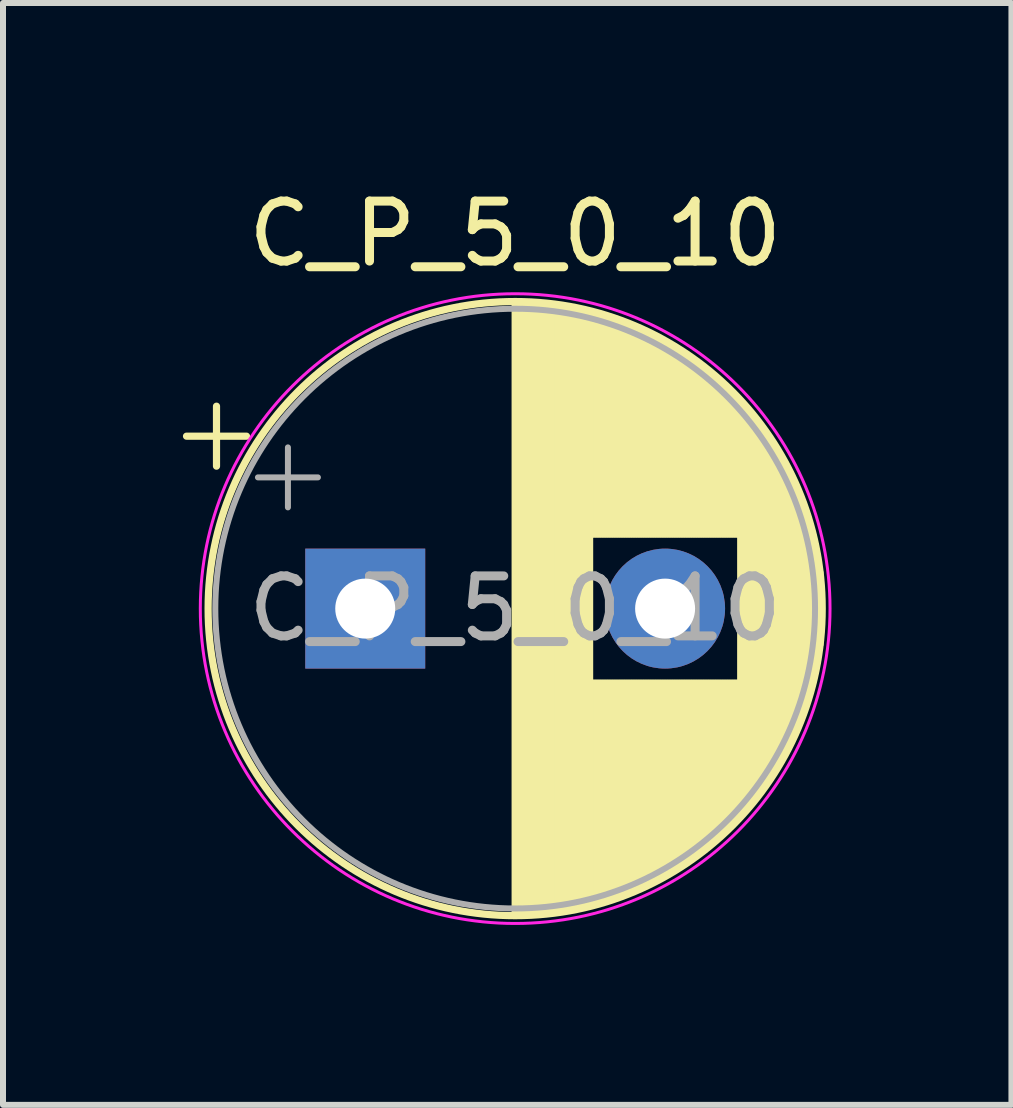
<source format=kicad_pcb>
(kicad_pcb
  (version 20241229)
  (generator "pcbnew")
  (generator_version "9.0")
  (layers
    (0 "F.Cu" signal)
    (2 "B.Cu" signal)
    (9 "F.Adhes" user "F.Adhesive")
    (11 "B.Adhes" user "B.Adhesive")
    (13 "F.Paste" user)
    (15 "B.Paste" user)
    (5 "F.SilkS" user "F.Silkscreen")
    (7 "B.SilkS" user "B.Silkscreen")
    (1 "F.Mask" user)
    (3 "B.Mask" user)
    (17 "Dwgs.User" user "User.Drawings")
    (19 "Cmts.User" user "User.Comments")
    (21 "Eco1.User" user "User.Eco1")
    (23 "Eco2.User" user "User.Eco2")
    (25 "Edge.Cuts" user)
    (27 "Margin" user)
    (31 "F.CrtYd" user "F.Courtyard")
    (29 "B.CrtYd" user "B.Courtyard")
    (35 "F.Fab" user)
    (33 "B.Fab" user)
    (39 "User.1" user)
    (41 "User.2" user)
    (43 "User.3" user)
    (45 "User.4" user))
  (footprint "C_P_5_0_10"
    (layer "F.Cu")
    (at 3.04 7.098)
    (property "Reference" "C_P_5_0_10" (at 2.5 -6.25 0) (layer "F.SilkS") (effects (font (size 1 1) (thickness 0.15))))
    (attr through_hole)
    (fp_line (start -2.98 -2.875) (end -1.98 -2.875) (stroke (width 0.12) (type solid)) (layer "F.SilkS"))
    (fp_line (start -2.48 -3.375) (end -2.48 -2.375) (stroke (width 0.12) (type solid)) (layer "F.SilkS"))
    (fp_line (start 2.5 -5.08) (end 2.5 5.08) (stroke (width 0.12) (type solid)) (layer "F.SilkS"))
    (fp_line (start 2.54 -5.08) (end 2.54 5.08) (stroke (width 0.12) (type solid)) (layer "F.SilkS"))
    (fp_line (start 2.58 -5.08) (end 2.58 5.08) (stroke (width 0.12) (type solid)) (layer "F.SilkS"))
    (fp_line (start 2.62 -5.079) (end 2.62 5.079) (stroke (width 0.12) (type solid)) (layer "F.SilkS"))
    (fp_line (start 2.66 -5.078) (end 2.66 5.078) (stroke (width 0.12) (type solid)) (layer "F.SilkS"))
    (fp_line (start 2.7 -5.077) (end 2.7 5.077) (stroke (width 0.12) (type solid)) (layer "F.SilkS"))
    (fp_line (start 2.74 -5.075) (end 2.74 5.075) (stroke (width 0.12) (type solid)) (layer "F.SilkS"))
    (fp_line (start 2.78 -5.073) (end 2.78 5.073) (stroke (width 0.12) (type solid)) (layer "F.SilkS"))
    (fp_line (start 2.82 -5.07) (end 2.82 5.07) (stroke (width 0.12) (type solid)) (layer "F.SilkS"))
    (fp_line (start 2.86 -5.068) (end 2.86 5.068) (stroke (width 0.12) (type solid)) (layer "F.SilkS"))
    (fp_line (start 2.9 -5.065) (end 2.9 5.065) (stroke (width 0.12) (type solid)) (layer "F.SilkS"))
    (fp_line (start 2.94 -5.062) (end 2.94 5.062) (stroke (width 0.12) (type solid)) (layer "F.SilkS"))
    (fp_line (start 2.98 -5.058) (end 2.98 5.058) (stroke (width 0.12) (type solid)) (layer "F.SilkS"))
    (fp_line (start 3.02 -5.054) (end 3.02 5.054) (stroke (width 0.12) (type solid)) (layer "F.SilkS"))
    (fp_line (start 3.06 -5.05) (end 3.06 5.05) (stroke (width 0.12) (type solid)) (layer "F.SilkS"))
    (fp_line (start 3.1 -5.045) (end 3.1 5.045) (stroke (width 0.12) (type solid)) (layer "F.SilkS"))
    (fp_line (start 3.14 -5.04) (end 3.14 5.04) (stroke (width 0.12) (type solid)) (layer "F.SilkS"))
    (fp_line (start 3.18 -5.035) (end 3.18 5.035) (stroke (width 0.12) (type solid)) (layer "F.SilkS"))
    (fp_line (start 3.221 -5.03) (end 3.221 5.03) (stroke (width 0.12) (type solid)) (layer "F.SilkS"))
    (fp_line (start 3.261 -5.024) (end 3.261 5.024) (stroke (width 0.12) (type solid)) (layer "F.SilkS"))
    (fp_line (start 3.301 -5.018) (end 3.301 5.018) (stroke (width 0.12) (type solid)) (layer "F.SilkS"))
    (fp_line (start 3.341 -5.011) (end 3.341 5.011) (stroke (width 0.12) (type solid)) (layer "F.SilkS"))
    (fp_line (start 3.381 -5.004) (end 3.381 5.004) (stroke (width 0.12) (type solid)) (layer "F.SilkS"))
    (fp_line (start 3.421 -4.997) (end 3.421 4.997) (stroke (width 0.12) (type solid)) (layer "F.SilkS"))
    (fp_line (start 3.461 -4.99) (end 3.461 4.99) (stroke (width 0.12) (type solid)) (layer "F.SilkS"))
    (fp_line (start 3.501 -4.982) (end 3.501 4.982) (stroke (width 0.12) (type solid)) (layer "F.SilkS"))
    (fp_line (start 3.541 -4.974) (end 3.541 4.974) (stroke (width 0.12) (type solid)) (layer "F.SilkS"))
    (fp_line (start 3.581 -4.965) (end 3.581 4.965) (stroke (width 0.12) (type solid)) (layer "F.SilkS"))
    (fp_line (start 3.621 -4.956) (end 3.621 4.956) (stroke (width 0.12) (type solid)) (layer "F.SilkS"))
    (fp_line (start 3.661 -4.947) (end 3.661 4.947) (stroke (width 0.12) (type solid)) (layer "F.SilkS"))
    (fp_line (start 3.701 -4.938) (end 3.701 4.938) (stroke (width 0.12) (type solid)) (layer "F.SilkS"))
    (fp_line (start 3.741 -4.928) (end 3.741 4.928) (stroke (width 0.12) (type solid)) (layer "F.SilkS"))
    (fp_line (start 3.781 -4.918) (end 3.781 -1.241) (stroke (width 0.12) (type solid)) (layer "F.SilkS"))
    (fp_line (start 3.781 1.241) (end 3.781 4.918) (stroke (width 0.12) (type solid)) (layer "F.SilkS"))
    (fp_line (start 3.821 -4.907) (end 3.821 -1.241) (stroke (width 0.12) (type solid)) (layer "F.SilkS"))
    (fp_line (start 3.821 1.241) (end 3.821 4.907) (stroke (width 0.12) (type solid)) (layer "F.SilkS"))
    (fp_line (start 3.861 -4.897) (end 3.861 -1.241) (stroke (width 0.12) (type solid)) (layer "F.SilkS"))
    (fp_line (start 3.861 1.241) (end 3.861 4.897) (stroke (width 0.12) (type solid)) (layer "F.SilkS"))
    (fp_line (start 3.901 -4.885) (end 3.901 -1.241) (stroke (width 0.12) (type solid)) (layer "F.SilkS"))
    (fp_line (start 3.901 1.241) (end 3.901 4.885) (stroke (width 0.12) (type solid)) (layer "F.SilkS"))
    (fp_line (start 3.941 -4.874) (end 3.941 -1.241) (stroke (width 0.12) (type solid)) (layer "F.SilkS"))
    (fp_line (start 3.941 1.241) (end 3.941 4.874) (stroke (width 0.12) (type solid)) (layer "F.SilkS"))
    (fp_line (start 3.981 -4.862) (end 3.981 -1.241) (stroke (width 0.12) (type solid)) (layer "F.SilkS"))
    (fp_line (start 3.981 1.241) (end 3.981 4.862) (stroke (width 0.12) (type solid)) (layer "F.SilkS"))
    (fp_line (start 4.021 -4.85) (end 4.021 -1.241) (stroke (width 0.12) (type solid)) (layer "F.SilkS"))
    (fp_line (start 4.021 1.241) (end 4.021 4.85) (stroke (width 0.12) (type solid)) (layer "F.SilkS"))
    (fp_line (start 4.061 -4.837) (end 4.061 -1.241) (stroke (width 0.12) (type solid)) (layer "F.SilkS"))
    (fp_line (start 4.061 1.241) (end 4.061 4.837) (stroke (width 0.12) (type solid)) (layer "F.SilkS"))
    (fp_line (start 4.101 -4.824) (end 4.101 -1.241) (stroke (width 0.12) (type solid)) (layer "F.SilkS"))
    (fp_line (start 4.101 1.241) (end 4.101 4.824) (stroke (width 0.12) (type solid)) (layer "F.SilkS"))
    (fp_line (start 4.141 -4.811) (end 4.141 -1.241) (stroke (width 0.12) (type solid)) (layer "F.SilkS"))
    (fp_line (start 4.141 1.241) (end 4.141 4.811) (stroke (width 0.12) (type solid)) (layer "F.SilkS"))
    (fp_line (start 4.181 -4.797) (end 4.181 -1.241) (stroke (width 0.12) (type solid)) (layer "F.SilkS"))
    (fp_line (start 4.181 1.241) (end 4.181 4.797) (stroke (width 0.12) (type solid)) (layer "F.SilkS"))
    (fp_line (start 4.221 -4.783) (end 4.221 -1.241) (stroke (width 0.12) (type solid)) (layer "F.SilkS"))
    (fp_line (start 4.221 1.241) (end 4.221 4.783) (stroke (width 0.12) (type solid)) (layer "F.SilkS"))
    (fp_line (start 4.261 -4.768) (end 4.261 -1.241) (stroke (width 0.12) (type solid)) (layer "F.SilkS"))
    (fp_line (start 4.261 1.241) (end 4.261 4.768) (stroke (width 0.12) (type solid)) (layer "F.SilkS"))
    (fp_line (start 4.301 -4.754) (end 4.301 -1.241) (stroke (width 0.12) (type solid)) (layer "F.SilkS"))
    (fp_line (start 4.301 1.241) (end 4.301 4.754) (stroke (width 0.12) (type solid)) (layer "F.SilkS"))
    (fp_line (start 4.341 -4.738) (end 4.341 -1.241) (stroke (width 0.12) (type solid)) (layer "F.SilkS"))
    (fp_line (start 4.341 1.241) (end 4.341 4.738) (stroke (width 0.12) (type solid)) (layer "F.SilkS"))
    (fp_line (start 4.381 -4.723) (end 4.381 -1.241) (stroke (width 0.12) (type solid)) (layer "F.SilkS"))
    (fp_line (start 4.381 1.241) (end 4.381 4.723) (stroke (width 0.12) (type solid)) (layer "F.SilkS"))
    (fp_line (start 4.421 -4.707) (end 4.421 -1.241) (stroke (width 0.12) (type solid)) (layer "F.SilkS"))
    (fp_line (start 4.421 1.241) (end 4.421 4.707) (stroke (width 0.12) (type solid)) (layer "F.SilkS"))
    (fp_line (start 4.461 -4.69) (end 4.461 -1.241) (stroke (width 0.12) (type solid)) (layer "F.SilkS"))
    (fp_line (start 4.461 1.241) (end 4.461 4.69) (stroke (width 0.12) (type solid)) (layer "F.SilkS"))
    (fp_line (start 4.501 -4.674) (end 4.501 -1.241) (stroke (width 0.12) (type solid)) (layer "F.SilkS"))
    (fp_line (start 4.501 1.241) (end 4.501 4.674) (stroke (width 0.12) (type solid)) (layer "F.SilkS"))
    (fp_line (start 4.541 -4.657) (end 4.541 -1.241) (stroke (width 0.12) (type solid)) (layer "F.SilkS"))
    (fp_line (start 4.541 1.241) (end 4.541 4.657) (stroke (width 0.12) (type solid)) (layer "F.SilkS"))
    (fp_line (start 4.581 -4.639) (end 4.581 -1.241) (stroke (width 0.12) (type solid)) (layer "F.SilkS"))
    (fp_line (start 4.581 1.241) (end 4.581 4.639) (stroke (width 0.12) (type solid)) (layer "F.SilkS"))
    (fp_line (start 4.621 -4.621) (end 4.621 -1.241) (stroke (width 0.12) (type solid)) (layer "F.SilkS"))
    (fp_line (start 4.621 1.241) (end 4.621 4.621) (stroke (width 0.12) (type solid)) (layer "F.SilkS"))
    (fp_line (start 4.661 -4.603) (end 4.661 -1.241) (stroke (width 0.12) (type solid)) (layer "F.SilkS"))
    (fp_line (start 4.661 1.241) (end 4.661 4.603) (stroke (width 0.12) (type solid)) (layer "F.SilkS"))
    (fp_line (start 4.701 -4.584) (end 4.701 -1.241) (stroke (width 0.12) (type solid)) (layer "F.SilkS"))
    (fp_line (start 4.701 1.241) (end 4.701 4.584) (stroke (width 0.12) (type solid)) (layer "F.SilkS"))
    (fp_line (start 4.741 -4.564) (end 4.741 -1.241) (stroke (width 0.12) (type solid)) (layer "F.SilkS"))
    (fp_line (start 4.741 1.241) (end 4.741 4.564) (stroke (width 0.12) (type solid)) (layer "F.SilkS"))
    (fp_line (start 4.781 -4.545) (end 4.781 -1.241) (stroke (width 0.12) (type solid)) (layer "F.SilkS"))
    (fp_line (start 4.781 1.241) (end 4.781 4.545) (stroke (width 0.12) (type solid)) (layer "F.SilkS"))
    (fp_line (start 4.821 -4.525) (end 4.821 -1.241) (stroke (width 0.12) (type solid)) (layer "F.SilkS"))
    (fp_line (start 4.821 1.241) (end 4.821 4.525) (stroke (width 0.12) (type solid)) (layer "F.SilkS"))
    (fp_line (start 4.861 -4.504) (end 4.861 -1.241) (stroke (width 0.12) (type solid)) (layer "F.SilkS"))
    (fp_line (start 4.861 1.241) (end 4.861 4.504) (stroke (width 0.12) (type solid)) (layer "F.SilkS"))
    (fp_line (start 4.901 -4.483) (end 4.901 -1.241) (stroke (width 0.12) (type solid)) (layer "F.SilkS"))
    (fp_line (start 4.901 1.241) (end 4.901 4.483) (stroke (width 0.12) (type solid)) (layer "F.SilkS"))
    (fp_line (start 4.941 -4.462) (end 4.941 -1.241) (stroke (width 0.12) (type solid)) (layer "F.SilkS"))
    (fp_line (start 4.941 1.241) (end 4.941 4.462) (stroke (width 0.12) (type solid)) (layer "F.SilkS"))
    (fp_line (start 4.981 -4.44) (end 4.981 -1.241) (stroke (width 0.12) (type solid)) (layer "F.SilkS"))
    (fp_line (start 4.981 1.241) (end 4.981 4.44) (stroke (width 0.12) (type solid)) (layer "F.SilkS"))
    (fp_line (start 5.021 -4.417) (end 5.021 -1.241) (stroke (width 0.12) (type solid)) (layer "F.SilkS"))
    (fp_line (start 5.021 1.241) (end 5.021 4.417) (stroke (width 0.12) (type solid)) (layer "F.SilkS"))
    (fp_line (start 5.061 -4.395) (end 5.061 -1.241) (stroke (width 0.12) (type solid)) (layer "F.SilkS"))
    (fp_line (start 5.061 1.241) (end 5.061 4.395) (stroke (width 0.12) (type solid)) (layer "F.SilkS"))
    (fp_line (start 5.101 -4.371) (end 5.101 -1.241) (stroke (width 0.12) (type solid)) (layer "F.SilkS"))
    (fp_line (start 5.101 1.241) (end 5.101 4.371) (stroke (width 0.12) (type solid)) (layer "F.SilkS"))
    (fp_line (start 5.141 -4.347) (end 5.141 -1.241) (stroke (width 0.12) (type solid)) (layer "F.SilkS"))
    (fp_line (start 5.141 1.241) (end 5.141 4.347) (stroke (width 0.12) (type solid)) (layer "F.SilkS"))
    (fp_line (start 5.181 -4.323) (end 5.181 -1.241) (stroke (width 0.12) (type solid)) (layer "F.SilkS"))
    (fp_line (start 5.181 1.241) (end 5.181 4.323) (stroke (width 0.12) (type solid)) (layer "F.SilkS"))
    (fp_line (start 5.221 -4.298) (end 5.221 -1.241) (stroke (width 0.12) (type solid)) (layer "F.SilkS"))
    (fp_line (start 5.221 1.241) (end 5.221 4.298) (stroke (width 0.12) (type solid)) (layer "F.SilkS"))
    (fp_line (start 5.261 -4.273) (end 5.261 -1.241) (stroke (width 0.12) (type solid)) (layer "F.SilkS"))
    (fp_line (start 5.261 1.241) (end 5.261 4.273) (stroke (width 0.12) (type solid)) (layer "F.SilkS"))
    (fp_line (start 5.301 -4.247) (end 5.301 -1.241) (stroke (width 0.12) (type solid)) (layer "F.SilkS"))
    (fp_line (start 5.301 1.241) (end 5.301 4.247) (stroke (width 0.12) (type solid)) (layer "F.SilkS"))
    (fp_line (start 5.341 -4.221) (end 5.341 -1.241) (stroke (width 0.12) (type solid)) (layer "F.SilkS"))
    (fp_line (start 5.341 1.241) (end 5.341 4.221) (stroke (width 0.12) (type solid)) (layer "F.SilkS"))
    (fp_line (start 5.381 -4.194) (end 5.381 -1.241) (stroke (width 0.12) (type solid)) (layer "F.SilkS"))
    (fp_line (start 5.381 1.241) (end 5.381 4.194) (stroke (width 0.12) (type solid)) (layer "F.SilkS"))
    (fp_line (start 5.421 -4.166) (end 5.421 -1.241) (stroke (width 0.12) (type solid)) (layer "F.SilkS"))
    (fp_line (start 5.421 1.241) (end 5.421 4.166) (stroke (width 0.12) (type solid)) (layer "F.SilkS"))
    (fp_line (start 5.461 -4.138) (end 5.461 -1.241) (stroke (width 0.12) (type solid)) (layer "F.SilkS"))
    (fp_line (start 5.461 1.241) (end 5.461 4.138) (stroke (width 0.12) (type solid)) (layer "F.SilkS"))
    (fp_line (start 5.501 -4.11) (end 5.501 -1.241) (stroke (width 0.12) (type solid)) (layer "F.SilkS"))
    (fp_line (start 5.501 1.241) (end 5.501 4.11) (stroke (width 0.12) (type solid)) (layer "F.SilkS"))
    (fp_line (start 5.541 -4.08) (end 5.541 -1.241) (stroke (width 0.12) (type solid)) (layer "F.SilkS"))
    (fp_line (start 5.541 1.241) (end 5.541 4.08) (stroke (width 0.12) (type solid)) (layer "F.SilkS"))
    (fp_line (start 5.581 -4.05) (end 5.581 -1.241) (stroke (width 0.12) (type solid)) (layer "F.SilkS"))
    (fp_line (start 5.581 1.241) (end 5.581 4.05) (stroke (width 0.12) (type solid)) (layer "F.SilkS"))
    (fp_line (start 5.621 -4.02) (end 5.621 -1.241) (stroke (width 0.12) (type solid)) (layer "F.SilkS"))
    (fp_line (start 5.621 1.241) (end 5.621 4.02) (stroke (width 0.12) (type solid)) (layer "F.SilkS"))
    (fp_line (start 5.661 -3.989) (end 5.661 -1.241) (stroke (width 0.12) (type solid)) (layer "F.SilkS"))
    (fp_line (start 5.661 1.241) (end 5.661 3.989) (stroke (width 0.12) (type solid)) (layer "F.SilkS"))
    (fp_line (start 5.701 -3.957) (end 5.701 -1.241) (stroke (width 0.12) (type solid)) (layer "F.SilkS"))
    (fp_line (start 5.701 1.241) (end 5.701 3.957) (stroke (width 0.12) (type solid)) (layer "F.SilkS"))
    (fp_line (start 5.741 -3.925) (end 5.741 -1.241) (stroke (width 0.12) (type solid)) (layer "F.SilkS"))
    (fp_line (start 5.741 1.241) (end 5.741 3.925) (stroke (width 0.12) (type solid)) (layer "F.SilkS"))
    (fp_line (start 5.781 -3.892) (end 5.781 -1.241) (stroke (width 0.12) (type solid)) (layer "F.SilkS"))
    (fp_line (start 5.781 1.241) (end 5.781 3.892) (stroke (width 0.12) (type solid)) (layer "F.SilkS"))
    (fp_line (start 5.821 -3.858) (end 5.821 -1.241) (stroke (width 0.12) (type solid)) (layer "F.SilkS"))
    (fp_line (start 5.821 1.241) (end 5.821 3.858) (stroke (width 0.12) (type solid)) (layer "F.SilkS"))
    (fp_line (start 5.861 -3.824) (end 5.861 -1.241) (stroke (width 0.12) (type solid)) (layer "F.SilkS"))
    (fp_line (start 5.861 1.241) (end 5.861 3.824) (stroke (width 0.12) (type solid)) (layer "F.SilkS"))
    (fp_line (start 5.901 -3.789) (end 5.901 -1.241) (stroke (width 0.12) (type solid)) (layer "F.SilkS"))
    (fp_line (start 5.901 1.241) (end 5.901 3.789) (stroke (width 0.12) (type solid)) (layer "F.SilkS"))
    (fp_line (start 5.941 -3.753) (end 5.941 -1.241) (stroke (width 0.12) (type solid)) (layer "F.SilkS"))
    (fp_line (start 5.941 1.241) (end 5.941 3.753) (stroke (width 0.12) (type solid)) (layer "F.SilkS"))
    (fp_line (start 5.981 -3.716) (end 5.981 -1.241) (stroke (width 0.12) (type solid)) (layer "F.SilkS"))
    (fp_line (start 5.981 1.241) (end 5.981 3.716) (stroke (width 0.12) (type solid)) (layer "F.SilkS"))
    (fp_line (start 6.021 -3.679) (end 6.021 -1.241) (stroke (width 0.12) (type solid)) (layer "F.SilkS"))
    (fp_line (start 6.021 1.241) (end 6.021 3.679) (stroke (width 0.12) (type solid)) (layer "F.SilkS"))
    (fp_line (start 6.061 -3.64) (end 6.061 -1.241) (stroke (width 0.12) (type solid)) (layer "F.SilkS"))
    (fp_line (start 6.061 1.241) (end 6.061 3.64) (stroke (width 0.12) (type solid)) (layer "F.SilkS"))
    (fp_line (start 6.101 -3.601) (end 6.101 -1.241) (stroke (width 0.12) (type solid)) (layer "F.SilkS"))
    (fp_line (start 6.101 1.241) (end 6.101 3.601) (stroke (width 0.12) (type solid)) (layer "F.SilkS"))
    (fp_line (start 6.141 -3.561) (end 6.141 -1.241) (stroke (width 0.12) (type solid)) (layer "F.SilkS"))
    (fp_line (start 6.141 1.241) (end 6.141 3.561) (stroke (width 0.12) (type solid)) (layer "F.SilkS"))
    (fp_line (start 6.181 -3.52) (end 6.181 -1.241) (stroke (width 0.12) (type solid)) (layer "F.SilkS"))
    (fp_line (start 6.181 1.241) (end 6.181 3.52) (stroke (width 0.12) (type solid)) (layer "F.SilkS"))
    (fp_line (start 6.221 -3.478) (end 6.221 -1.241) (stroke (width 0.12) (type solid)) (layer "F.SilkS"))
    (fp_line (start 6.221 1.241) (end 6.221 3.478) (stroke (width 0.12) (type solid)) (layer "F.SilkS"))
    (fp_line (start 6.261 -3.436) (end 6.261 3.436) (stroke (width 0.12) (type solid)) (layer "F.SilkS"))
    (fp_line (start 6.301 -3.392) (end 6.301 3.392) (stroke (width 0.12) (type solid)) (layer "F.SilkS"))
    (fp_line (start 6.341 -3.347) (end 6.341 3.347) (stroke (width 0.12) (type solid)) (layer "F.SilkS"))
    (fp_line (start 6.381 -3.301) (end 6.381 3.301) (stroke (width 0.12) (type solid)) (layer "F.SilkS"))
    (fp_line (start 6.421 -3.254) (end 6.421 3.254) (stroke (width 0.12) (type solid)) (layer "F.SilkS"))
    (fp_line (start 6.461 -3.206) (end 6.461 3.206) (stroke (width 0.12) (type solid)) (layer "F.SilkS"))
    (fp_line (start 6.501 -3.156) (end 6.501 3.156) (stroke (width 0.12) (type solid)) (layer "F.SilkS"))
    (fp_line (start 6.541 -3.106) (end 6.541 3.106) (stroke (width 0.12) (type solid)) (layer "F.SilkS"))
    (fp_line (start 6.581 -3.054) (end 6.581 3.054) (stroke (width 0.12) (type solid)) (layer "F.SilkS"))
    (fp_line (start 6.621 -3) (end 6.621 3) (stroke (width 0.12) (type solid)) (layer "F.SilkS"))
    (fp_line (start 6.661 -2.945) (end 6.661 2.945) (stroke (width 0.12) (type solid)) (layer "F.SilkS"))
    (fp_line (start 6.701 -2.889) (end 6.701 2.889) (stroke (width 0.12) (type solid)) (layer "F.SilkS"))
    (fp_line (start 6.741 -2.83) (end 6.741 2.83) (stroke (width 0.12) (type solid)) (layer "F.SilkS"))
    (fp_line (start 6.781 -2.77) (end 6.781 2.77) (stroke (width 0.12) (type solid)) (layer "F.SilkS"))
    (fp_line (start 6.821 -2.709) (end 6.821 2.709) (stroke (width 0.12) (type solid)) (layer "F.SilkS"))
    (fp_line (start 6.861 -2.645) (end 6.861 2.645) (stroke (width 0.12) (type solid)) (layer "F.SilkS"))
    (fp_line (start 6.901 -2.579) (end 6.901 2.579) (stroke (width 0.12) (type solid)) (layer "F.SilkS"))
    (fp_line (start 6.941 -2.51) (end 6.941 2.51) (stroke (width 0.12) (type solid)) (layer "F.SilkS"))
    (fp_line (start 6.981 -2.439) (end 6.981 2.439) (stroke (width 0.12) (type solid)) (layer "F.SilkS"))
    (fp_line (start 7.021 -2.365) (end 7.021 2.365) (stroke (width 0.12) (type solid)) (layer "F.SilkS"))
    (fp_line (start 7.061 -2.289) (end 7.061 2.289) (stroke (width 0.12) (type solid)) (layer "F.SilkS"))
    (fp_line (start 7.101 -2.209) (end 7.101 2.209) (stroke (width 0.12) (type solid)) (layer "F.SilkS"))
    (fp_line (start 7.141 -2.125) (end 7.141 2.125) (stroke (width 0.12) (type solid)) (layer "F.SilkS"))
    (fp_line (start 7.181 -2.037) (end 7.181 2.037) (stroke (width 0.12) (type solid)) (layer "F.SilkS"))
    (fp_line (start 7.221 -1.944) (end 7.221 1.944) (stroke (width 0.12) (type solid)) (layer "F.SilkS"))
    (fp_line (start 7.261 -1.846) (end 7.261 1.846) (stroke (width 0.12) (type solid)) (layer "F.SilkS"))
    (fp_line (start 7.301 -1.742) (end 7.301 1.742) (stroke (width 0.12) (type solid)) (layer "F.SilkS"))
    (fp_line (start 7.341 -1.63) (end 7.341 1.63) (stroke (width 0.12) (type solid)) (layer "F.SilkS"))
    (fp_line (start 7.381 -1.51) (end 7.381 1.51) (stroke (width 0.12) (type solid)) (layer "F.SilkS"))
    (fp_line (start 7.421 -1.378) (end 7.421 1.378) (stroke (width 0.12) (type solid)) (layer "F.SilkS"))
    (fp_line (start 7.461 -1.23) (end 7.461 1.23) (stroke (width 0.12) (type solid)) (layer "F.SilkS"))
    (fp_line (start 7.501 -1.062) (end 7.501 1.062) (stroke (width 0.12) (type solid)) (layer "F.SilkS"))
    (fp_line (start 7.541 -0.862) (end 7.541 0.862) (stroke (width 0.12) (type solid)) (layer "F.SilkS"))
    (fp_line (start 7.581 -0.599) (end 7.581 0.599) (stroke (width 0.12) (type solid)) (layer "F.SilkS"))
    (fp_circle (center 2.5 0) (end 7.62 0) (stroke (width 0.12) (type solid)) (fill no) (layer "F.SilkS"))
    (fp_circle (center 2.5 0) (end 7.75 0) (stroke (width 0.05) (type solid)) (fill no) (layer "F.CrtYd"))
    (fp_line (start -1.789 -2.188) (end -0.789 -2.188) (stroke (width 0.1) (type solid)) (layer "F.Fab"))
    (fp_line (start -1.289 -2.688) (end -1.289 -1.688) (stroke (width 0.1) (type solid)) (layer "F.Fab"))
    (fp_circle (center 2.5 0) (end 7.5 0) (stroke (width 0.1) (type solid)) (fill no) (layer "F.Fab"))
    (fp_text user "${REFERENCE}" (at 2.5 0 0) (layer "F.Fab") (effects (font (size 1 1) (thickness 0.15))))
    (pad "1" thru_hole rect (at 0 0) (size 2 2) (drill 1) (layers "*.Cu" "*.Mask"))
    (pad "2" thru_hole circle (at 5 0) (size 2 2) (drill 1) (layers "*.Cu" "*.Mask")))
  (gr_rect
    (start -3 -3)
    (end 13.815 15.373)
    (stroke (width 0.1) (type default))
    (fill no)
    (layer "Edge.Cuts")))
</source>
